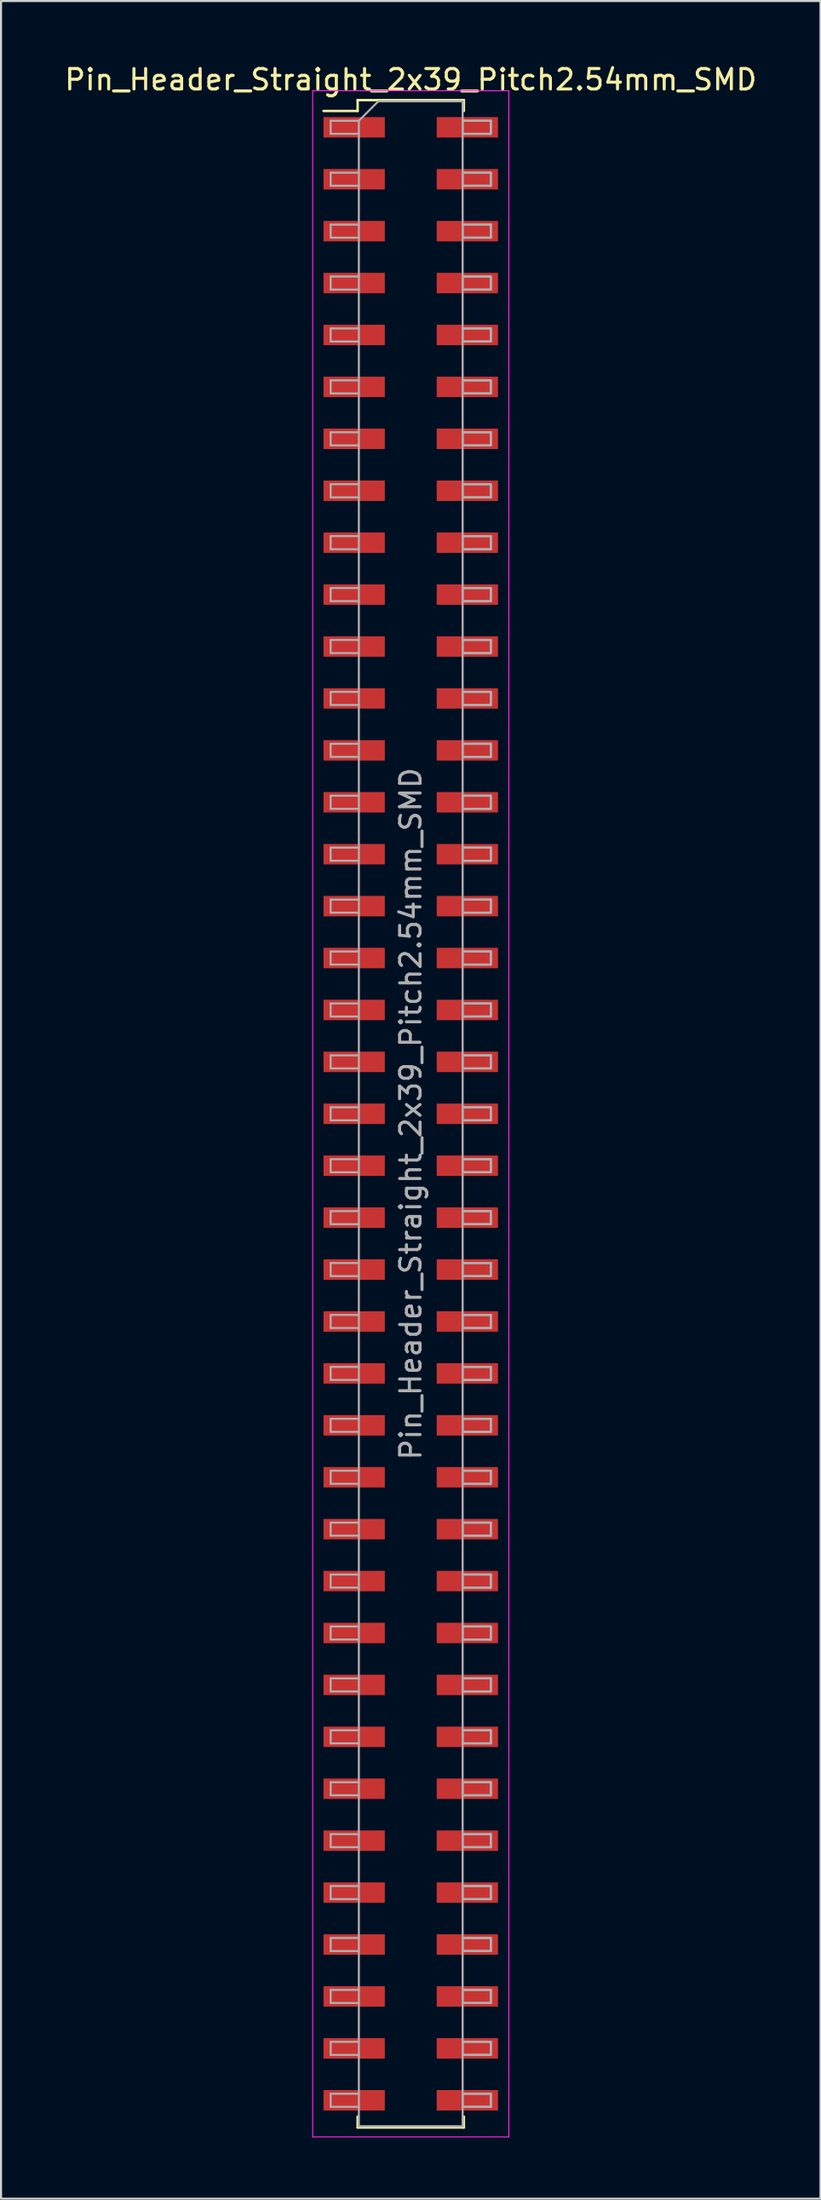
<source format=kicad_pcb>
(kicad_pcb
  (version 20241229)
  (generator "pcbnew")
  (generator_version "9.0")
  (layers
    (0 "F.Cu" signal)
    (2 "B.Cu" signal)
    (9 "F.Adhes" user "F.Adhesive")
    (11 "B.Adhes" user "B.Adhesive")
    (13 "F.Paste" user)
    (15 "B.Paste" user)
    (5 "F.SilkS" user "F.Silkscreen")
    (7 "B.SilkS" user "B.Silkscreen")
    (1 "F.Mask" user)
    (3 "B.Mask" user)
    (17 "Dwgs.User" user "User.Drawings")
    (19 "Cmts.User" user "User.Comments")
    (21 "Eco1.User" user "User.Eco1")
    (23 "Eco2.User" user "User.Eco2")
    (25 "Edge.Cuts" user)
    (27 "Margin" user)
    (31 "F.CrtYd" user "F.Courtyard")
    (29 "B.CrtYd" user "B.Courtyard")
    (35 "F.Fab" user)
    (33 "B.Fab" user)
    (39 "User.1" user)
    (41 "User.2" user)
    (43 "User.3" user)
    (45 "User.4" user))
  (footprint "Pin_Header_Straight_2x39_Pitch2.54mm_SMD"
    (layer "F.Cu")
    (at 17.054 51.438)
    (property "Reference" "Pin_Header_Straight_2x39_Pitch2.54mm_SMD" (at 0 -50.59 0) (layer "F.SilkS") (effects (font (size 1 1) (thickness 0.15))))
    (attr smd)
    (fp_line (start -4.27 -49.06) (end -2.6 -49.06) (stroke (width 0.12) (type solid)) (layer "F.SilkS"))
    (fp_line (start -2.6 -49.59) (end 2.6 -49.59) (stroke (width 0.12) (type solid)) (layer "F.SilkS"))
    (fp_line (start -2.6 -49.06) (end -2.6 -49.59) (stroke (width 0.12) (type solid)) (layer "F.SilkS"))
    (fp_line (start -2.6 49.06) (end -2.6 49.59) (stroke (width 0.12) (type solid)) (layer "F.SilkS"))
    (fp_line (start -2.6 49.59) (end 2.6 49.59) (stroke (width 0.12) (type solid)) (layer "F.SilkS"))
    (fp_line (start 2.6 -49.59) (end 2.6 -49.06) (stroke (width 0.12) (type solid)) (layer "F.SilkS"))
    (fp_line (start 2.6 49.59) (end 2.6 49.06) (stroke (width 0.12) (type solid)) (layer "F.SilkS"))
    (fp_line (start -4.8 -50.05) (end -4.8 50.05) (stroke (width 0.05) (type solid)) (layer "F.CrtYd"))
    (fp_line (start -4.8 50.05) (end 4.8 50.05) (stroke (width 0.05) (type solid)) (layer "F.CrtYd"))
    (fp_line (start 4.8 -50.05) (end -4.8 -50.05) (stroke (width 0.05) (type solid)) (layer "F.CrtYd"))
    (fp_line (start 4.8 50.05) (end 4.8 -50.05) (stroke (width 0.05) (type solid)) (layer "F.CrtYd"))
    (fp_line (start -3.92 -48.58) (end -3.92 -47.94) (stroke (width 0.1) (type solid)) (layer "F.Fab"))
    (fp_line (start -3.92 -47.94) (end -2.54 -47.94) (stroke (width 0.1) (type solid)) (layer "F.Fab"))
    (fp_line (start -3.92 -46.04) (end -3.92 -45.4) (stroke (width 0.1) (type solid)) (layer "F.Fab"))
    (fp_line (start -3.92 -45.4) (end -2.54 -45.4) (stroke (width 0.1) (type solid)) (layer "F.Fab"))
    (fp_line (start -3.92 -43.5) (end -3.92 -42.86) (stroke (width 0.1) (type solid)) (layer "F.Fab"))
    (fp_line (start -3.92 -42.86) (end -2.54 -42.86) (stroke (width 0.1) (type solid)) (layer "F.Fab"))
    (fp_line (start -3.92 -40.96) (end -3.92 -40.32) (stroke (width 0.1) (type solid)) (layer "F.Fab"))
    (fp_line (start -3.92 -40.32) (end -2.54 -40.32) (stroke (width 0.1) (type solid)) (layer "F.Fab"))
    (fp_line (start -3.92 -38.42) (end -3.92 -37.78) (stroke (width 0.1) (type solid)) (layer "F.Fab"))
    (fp_line (start -3.92 -37.78) (end -2.54 -37.78) (stroke (width 0.1) (type solid)) (layer "F.Fab"))
    (fp_line (start -3.92 -35.88) (end -3.92 -35.24) (stroke (width 0.1) (type solid)) (layer "F.Fab"))
    (fp_line (start -3.92 -35.24) (end -2.54 -35.24) (stroke (width 0.1) (type solid)) (layer "F.Fab"))
    (fp_line (start -3.92 -33.34) (end -3.92 -32.7) (stroke (width 0.1) (type solid)) (layer "F.Fab"))
    (fp_line (start -3.92 -32.7) (end -2.54 -32.7) (stroke (width 0.1) (type solid)) (layer "F.Fab"))
    (fp_line (start -3.92 -30.8) (end -3.92 -30.16) (stroke (width 0.1) (type solid)) (layer "F.Fab"))
    (fp_line (start -3.92 -30.16) (end -2.54 -30.16) (stroke (width 0.1) (type solid)) (layer "F.Fab"))
    (fp_line (start -3.92 -28.26) (end -3.92 -27.62) (stroke (width 0.1) (type solid)) (layer "F.Fab"))
    (fp_line (start -3.92 -27.62) (end -2.54 -27.62) (stroke (width 0.1) (type solid)) (layer "F.Fab"))
    (fp_line (start -3.92 -25.72) (end -3.92 -25.08) (stroke (width 0.1) (type solid)) (layer "F.Fab"))
    (fp_line (start -3.92 -25.08) (end -2.54 -25.08) (stroke (width 0.1) (type solid)) (layer "F.Fab"))
    (fp_line (start -3.92 -23.18) (end -3.92 -22.54) (stroke (width 0.1) (type solid)) (layer "F.Fab"))
    (fp_line (start -3.92 -22.54) (end -2.54 -22.54) (stroke (width 0.1) (type solid)) (layer "F.Fab"))
    (fp_line (start -3.92 -20.64) (end -3.92 -20) (stroke (width 0.1) (type solid)) (layer "F.Fab"))
    (fp_line (start -3.92 -20) (end -2.54 -20) (stroke (width 0.1) (type solid)) (layer "F.Fab"))
    (fp_line (start -3.92 -18.1) (end -3.92 -17.46) (stroke (width 0.1) (type solid)) (layer "F.Fab"))
    (fp_line (start -3.92 -17.46) (end -2.54 -17.46) (stroke (width 0.1) (type solid)) (layer "F.Fab"))
    (fp_line (start -3.92 -15.56) (end -3.92 -14.92) (stroke (width 0.1) (type solid)) (layer "F.Fab"))
    (fp_line (start -3.92 -14.92) (end -2.54 -14.92) (stroke (width 0.1) (type solid)) (layer "F.Fab"))
    (fp_line (start -3.92 -13.02) (end -3.92 -12.38) (stroke (width 0.1) (type solid)) (layer "F.Fab"))
    (fp_line (start -3.92 -12.38) (end -2.54 -12.38) (stroke (width 0.1) (type solid)) (layer "F.Fab"))
    (fp_line (start -3.92 -10.48) (end -3.92 -9.84) (stroke (width 0.1) (type solid)) (layer "F.Fab"))
    (fp_line (start -3.92 -9.84) (end -2.54 -9.84) (stroke (width 0.1) (type solid)) (layer "F.Fab"))
    (fp_line (start -3.92 -7.94) (end -3.92 -7.3) (stroke (width 0.1) (type solid)) (layer "F.Fab"))
    (fp_line (start -3.92 -7.3) (end -2.54 -7.3) (stroke (width 0.1) (type solid)) (layer "F.Fab"))
    (fp_line (start -3.92 -5.4) (end -3.92 -4.76) (stroke (width 0.1) (type solid)) (layer "F.Fab"))
    (fp_line (start -3.92 -4.76) (end -2.54 -4.76) (stroke (width 0.1) (type solid)) (layer "F.Fab"))
    (fp_line (start -3.92 -2.86) (end -3.92 -2.22) (stroke (width 0.1) (type solid)) (layer "F.Fab"))
    (fp_line (start -3.92 -2.22) (end -2.54 -2.22) (stroke (width 0.1) (type solid)) (layer "F.Fab"))
    (fp_line (start -3.92 -0.32) (end -3.92 0.32) (stroke (width 0.1) (type solid)) (layer "F.Fab"))
    (fp_line (start -3.92 0.32) (end -2.54 0.32) (stroke (width 0.1) (type solid)) (layer "F.Fab"))
    (fp_line (start -3.92 2.22) (end -3.92 2.86) (stroke (width 0.1) (type solid)) (layer "F.Fab"))
    (fp_line (start -3.92 2.86) (end -2.54 2.86) (stroke (width 0.1) (type solid)) (layer "F.Fab"))
    (fp_line (start -3.92 4.76) (end -3.92 5.4) (stroke (width 0.1) (type solid)) (layer "F.Fab"))
    (fp_line (start -3.92 5.4) (end -2.54 5.4) (stroke (width 0.1) (type solid)) (layer "F.Fab"))
    (fp_line (start -3.92 7.3) (end -3.92 7.94) (stroke (width 0.1) (type solid)) (layer "F.Fab"))
    (fp_line (start -3.92 7.94) (end -2.54 7.94) (stroke (width 0.1) (type solid)) (layer "F.Fab"))
    (fp_line (start -3.92 9.84) (end -3.92 10.48) (stroke (width 0.1) (type solid)) (layer "F.Fab"))
    (fp_line (start -3.92 10.48) (end -2.54 10.48) (stroke (width 0.1) (type solid)) (layer "F.Fab"))
    (fp_line (start -3.92 12.38) (end -3.92 13.02) (stroke (width 0.1) (type solid)) (layer "F.Fab"))
    (fp_line (start -3.92 13.02) (end -2.54 13.02) (stroke (width 0.1) (type solid)) (layer "F.Fab"))
    (fp_line (start -3.92 14.92) (end -3.92 15.56) (stroke (width 0.1) (type solid)) (layer "F.Fab"))
    (fp_line (start -3.92 15.56) (end -2.54 15.56) (stroke (width 0.1) (type solid)) (layer "F.Fab"))
    (fp_line (start -3.92 17.46) (end -3.92 18.1) (stroke (width 0.1) (type solid)) (layer "F.Fab"))
    (fp_line (start -3.92 18.1) (end -2.54 18.1) (stroke (width 0.1) (type solid)) (layer "F.Fab"))
    (fp_line (start -3.92 20) (end -3.92 20.64) (stroke (width 0.1) (type solid)) (layer "F.Fab"))
    (fp_line (start -3.92 20.64) (end -2.54 20.64) (stroke (width 0.1) (type solid)) (layer "F.Fab"))
    (fp_line (start -3.92 22.54) (end -3.92 23.18) (stroke (width 0.1) (type solid)) (layer "F.Fab"))
    (fp_line (start -3.92 23.18) (end -2.54 23.18) (stroke (width 0.1) (type solid)) (layer "F.Fab"))
    (fp_line (start -3.92 25.08) (end -3.92 25.72) (stroke (width 0.1) (type solid)) (layer "F.Fab"))
    (fp_line (start -3.92 25.72) (end -2.54 25.72) (stroke (width 0.1) (type solid)) (layer "F.Fab"))
    (fp_line (start -3.92 27.62) (end -3.92 28.26) (stroke (width 0.1) (type solid)) (layer "F.Fab"))
    (fp_line (start -3.92 28.26) (end -2.54 28.26) (stroke (width 0.1) (type solid)) (layer "F.Fab"))
    (fp_line (start -3.92 30.16) (end -3.92 30.8) (stroke (width 0.1) (type solid)) (layer "F.Fab"))
    (fp_line (start -3.92 30.8) (end -2.54 30.8) (stroke (width 0.1) (type solid)) (layer "F.Fab"))
    (fp_line (start -3.92 32.7) (end -3.92 33.34) (stroke (width 0.1) (type solid)) (layer "F.Fab"))
    (fp_line (start -3.92 33.34) (end -2.54 33.34) (stroke (width 0.1) (type solid)) (layer "F.Fab"))
    (fp_line (start -3.92 35.24) (end -3.92 35.88) (stroke (width 0.1) (type solid)) (layer "F.Fab"))
    (fp_line (start -3.92 35.88) (end -2.54 35.88) (stroke (width 0.1) (type solid)) (layer "F.Fab"))
    (fp_line (start -3.92 37.78) (end -3.92 38.42) (stroke (width 0.1) (type solid)) (layer "F.Fab"))
    (fp_line (start -3.92 38.42) (end -2.54 38.42) (stroke (width 0.1) (type solid)) (layer "F.Fab"))
    (fp_line (start -3.92 40.32) (end -3.92 40.96) (stroke (width 0.1) (type solid)) (layer "F.Fab"))
    (fp_line (start -3.92 40.96) (end -2.54 40.96) (stroke (width 0.1) (type solid)) (layer "F.Fab"))
    (fp_line (start -3.92 42.86) (end -3.92 43.5) (stroke (width 0.1) (type solid)) (layer "F.Fab"))
    (fp_line (start -3.92 43.5) (end -2.54 43.5) (stroke (width 0.1) (type solid)) (layer "F.Fab"))
    (fp_line (start -3.92 45.4) (end -3.92 46.04) (stroke (width 0.1) (type solid)) (layer "F.Fab"))
    (fp_line (start -3.92 46.04) (end -2.54 46.04) (stroke (width 0.1) (type solid)) (layer "F.Fab"))
    (fp_line (start -3.92 47.94) (end -3.92 48.58) (stroke (width 0.1) (type solid)) (layer "F.Fab"))
    (fp_line (start -3.92 48.58) (end -2.54 48.58) (stroke (width 0.1) (type solid)) (layer "F.Fab"))
    (fp_line (start -2.54 -48.58) (end -3.92 -48.58) (stroke (width 0.1) (type solid)) (layer "F.Fab"))
    (fp_line (start -2.54 -48.58) (end -1.59 -49.53) (stroke (width 0.1) (type solid)) (layer "F.Fab"))
    (fp_line (start -2.54 -46.04) (end -3.92 -46.04) (stroke (width 0.1) (type solid)) (layer "F.Fab"))
    (fp_line (start -2.54 -43.5) (end -3.92 -43.5) (stroke (width 0.1) (type solid)) (layer "F.Fab"))
    (fp_line (start -2.54 -40.96) (end -3.92 -40.96) (stroke (width 0.1) (type solid)) (layer "F.Fab"))
    (fp_line (start -2.54 -38.42) (end -3.92 -38.42) (stroke (width 0.1) (type solid)) (layer "F.Fab"))
    (fp_line (start -2.54 -35.88) (end -3.92 -35.88) (stroke (width 0.1) (type solid)) (layer "F.Fab"))
    (fp_line (start -2.54 -33.34) (end -3.92 -33.34) (stroke (width 0.1) (type solid)) (layer "F.Fab"))
    (fp_line (start -2.54 -30.8) (end -3.92 -30.8) (stroke (width 0.1) (type solid)) (layer "F.Fab"))
    (fp_line (start -2.54 -28.26) (end -3.92 -28.26) (stroke (width 0.1) (type solid)) (layer "F.Fab"))
    (fp_line (start -2.54 -25.72) (end -3.92 -25.72) (stroke (width 0.1) (type solid)) (layer "F.Fab"))
    (fp_line (start -2.54 -23.18) (end -3.92 -23.18) (stroke (width 0.1) (type solid)) (layer "F.Fab"))
    (fp_line (start -2.54 -20.64) (end -3.92 -20.64) (stroke (width 0.1) (type solid)) (layer "F.Fab"))
    (fp_line (start -2.54 -18.1) (end -3.92 -18.1) (stroke (width 0.1) (type solid)) (layer "F.Fab"))
    (fp_line (start -2.54 -15.56) (end -3.92 -15.56) (stroke (width 0.1) (type solid)) (layer "F.Fab"))
    (fp_line (start -2.54 -13.02) (end -3.92 -13.02) (stroke (width 0.1) (type solid)) (layer "F.Fab"))
    (fp_line (start -2.54 -10.48) (end -3.92 -10.48) (stroke (width 0.1) (type solid)) (layer "F.Fab"))
    (fp_line (start -2.54 -7.94) (end -3.92 -7.94) (stroke (width 0.1) (type solid)) (layer "F.Fab"))
    (fp_line (start -2.54 -5.4) (end -3.92 -5.4) (stroke (width 0.1) (type solid)) (layer "F.Fab"))
    (fp_line (start -2.54 -2.86) (end -3.92 -2.86) (stroke (width 0.1) (type solid)) (layer "F.Fab"))
    (fp_line (start -2.54 -0.32) (end -3.92 -0.32) (stroke (width 0.1) (type solid)) (layer "F.Fab"))
    (fp_line (start -2.54 2.22) (end -3.92 2.22) (stroke (width 0.1) (type solid)) (layer "F.Fab"))
    (fp_line (start -2.54 4.76) (end -3.92 4.76) (stroke (width 0.1) (type solid)) (layer "F.Fab"))
    (fp_line (start -2.54 7.3) (end -3.92 7.3) (stroke (width 0.1) (type solid)) (layer "F.Fab"))
    (fp_line (start -2.54 9.84) (end -3.92 9.84) (stroke (width 0.1) (type solid)) (layer "F.Fab"))
    (fp_line (start -2.54 12.38) (end -3.92 12.38) (stroke (width 0.1) (type solid)) (layer "F.Fab"))
    (fp_line (start -2.54 14.92) (end -3.92 14.92) (stroke (width 0.1) (type solid)) (layer "F.Fab"))
    (fp_line (start -2.54 17.46) (end -3.92 17.46) (stroke (width 0.1) (type solid)) (layer "F.Fab"))
    (fp_line (start -2.54 20) (end -3.92 20) (stroke (width 0.1) (type solid)) (layer "F.Fab"))
    (fp_line (start -2.54 22.54) (end -3.92 22.54) (stroke (width 0.1) (type solid)) (layer "F.Fab"))
    (fp_line (start -2.54 25.08) (end -3.92 25.08) (stroke (width 0.1) (type solid)) (layer "F.Fab"))
    (fp_line (start -2.54 27.62) (end -3.92 27.62) (stroke (width 0.1) (type solid)) (layer "F.Fab"))
    (fp_line (start -2.54 30.16) (end -3.92 30.16) (stroke (width 0.1) (type solid)) (layer "F.Fab"))
    (fp_line (start -2.54 32.7) (end -3.92 32.7) (stroke (width 0.1) (type solid)) (layer "F.Fab"))
    (fp_line (start -2.54 35.24) (end -3.92 35.24) (stroke (width 0.1) (type solid)) (layer "F.Fab"))
    (fp_line (start -2.54 37.78) (end -3.92 37.78) (stroke (width 0.1) (type solid)) (layer "F.Fab"))
    (fp_line (start -2.54 40.32) (end -3.92 40.32) (stroke (width 0.1) (type solid)) (layer "F.Fab"))
    (fp_line (start -2.54 42.86) (end -3.92 42.86) (stroke (width 0.1) (type solid)) (layer "F.Fab"))
    (fp_line (start -2.54 45.4) (end -3.92 45.4) (stroke (width 0.1) (type solid)) (layer "F.Fab"))
    (fp_line (start -2.54 47.94) (end -3.92 47.94) (stroke (width 0.1) (type solid)) (layer "F.Fab"))
    (fp_line (start -2.54 49.53) (end -2.54 -48.58) (stroke (width 0.1) (type solid)) (layer "F.Fab"))
    (fp_line (start -1.59 -49.53) (end 2.54 -49.53) (stroke (width 0.1) (type solid)) (layer "F.Fab"))
    (fp_line (start 2.54 -49.53) (end 2.54 49.53) (stroke (width 0.1) (type solid)) (layer "F.Fab"))
    (fp_line (start 2.54 -48.58) (end 2.54 -47.94) (stroke (width 0.1) (type solid)) (layer "F.Fab"))
    (fp_line (start 2.54 -48.58) (end 3.92 -48.58) (stroke (width 0.1) (type solid)) (layer "F.Fab"))
    (fp_line (start 2.54 -47.94) (end 3.92 -47.94) (stroke (width 0.1) (type solid)) (layer "F.Fab"))
    (fp_line (start 2.54 -46.04) (end 2.54 -45.4) (stroke (width 0.1) (type solid)) (layer "F.Fab"))
    (fp_line (start 2.54 -46.04) (end 3.92 -46.04) (stroke (width 0.1) (type solid)) (layer "F.Fab"))
    (fp_line (start 2.54 -45.4) (end 3.92 -45.4) (stroke (width 0.1) (type solid)) (layer "F.Fab"))
    (fp_line (start 2.54 -43.5) (end 2.54 -42.86) (stroke (width 0.1) (type solid)) (layer "F.Fab"))
    (fp_line (start 2.54 -43.5) (end 3.92 -43.5) (stroke (width 0.1) (type solid)) (layer "F.Fab"))
    (fp_line (start 2.54 -42.86) (end 3.92 -42.86) (stroke (width 0.1) (type solid)) (layer "F.Fab"))
    (fp_line (start 2.54 -40.96) (end 2.54 -40.32) (stroke (width 0.1) (type solid)) (layer "F.Fab"))
    (fp_line (start 2.54 -40.96) (end 3.92 -40.96) (stroke (width 0.1) (type solid)) (layer "F.Fab"))
    (fp_line (start 2.54 -40.32) (end 3.92 -40.32) (stroke (width 0.1) (type solid)) (layer "F.Fab"))
    (fp_line (start 2.54 -38.42) (end 2.54 -37.78) (stroke (width 0.1) (type solid)) (layer "F.Fab"))
    (fp_line (start 2.54 -38.42) (end 3.92 -38.42) (stroke (width 0.1) (type solid)) (layer "F.Fab"))
    (fp_line (start 2.54 -37.78) (end 3.92 -37.78) (stroke (width 0.1) (type solid)) (layer "F.Fab"))
    (fp_line (start 2.54 -35.88) (end 2.54 -35.24) (stroke (width 0.1) (type solid)) (layer "F.Fab"))
    (fp_line (start 2.54 -35.88) (end 3.92 -35.88) (stroke (width 0.1) (type solid)) (layer "F.Fab"))
    (fp_line (start 2.54 -35.24) (end 3.92 -35.24) (stroke (width 0.1) (type solid)) (layer "F.Fab"))
    (fp_line (start 2.54 -33.34) (end 2.54 -32.7) (stroke (width 0.1) (type solid)) (layer "F.Fab"))
    (fp_line (start 2.54 -33.34) (end 3.92 -33.34) (stroke (width 0.1) (type solid)) (layer "F.Fab"))
    (fp_line (start 2.54 -32.7) (end 3.92 -32.7) (stroke (width 0.1) (type solid)) (layer "F.Fab"))
    (fp_line (start 2.54 -30.8) (end 2.54 -30.16) (stroke (width 0.1) (type solid)) (layer "F.Fab"))
    (fp_line (start 2.54 -30.8) (end 3.92 -30.8) (stroke (width 0.1) (type solid)) (layer "F.Fab"))
    (fp_line (start 2.54 -30.16) (end 3.92 -30.16) (stroke (width 0.1) (type solid)) (layer "F.Fab"))
    (fp_line (start 2.54 -28.26) (end 2.54 -27.62) (stroke (width 0.1) (type solid)) (layer "F.Fab"))
    (fp_line (start 2.54 -28.26) (end 3.92 -28.26) (stroke (width 0.1) (type solid)) (layer "F.Fab"))
    (fp_line (start 2.54 -27.62) (end 3.92 -27.62) (stroke (width 0.1) (type solid)) (layer "F.Fab"))
    (fp_line (start 2.54 -25.72) (end 2.54 -25.08) (stroke (width 0.1) (type solid)) (layer "F.Fab"))
    (fp_line (start 2.54 -25.72) (end 3.92 -25.72) (stroke (width 0.1) (type solid)) (layer "F.Fab"))
    (fp_line (start 2.54 -25.08) (end 3.92 -25.08) (stroke (width 0.1) (type solid)) (layer "F.Fab"))
    (fp_line (start 2.54 -23.18) (end 2.54 -22.54) (stroke (width 0.1) (type solid)) (layer "F.Fab"))
    (fp_line (start 2.54 -23.18) (end 3.92 -23.18) (stroke (width 0.1) (type solid)) (layer "F.Fab"))
    (fp_line (start 2.54 -22.54) (end 3.92 -22.54) (stroke (width 0.1) (type solid)) (layer "F.Fab"))
    (fp_line (start 2.54 -20.64) (end 2.54 -20) (stroke (width 0.1) (type solid)) (layer "F.Fab"))
    (fp_line (start 2.54 -20.64) (end 3.92 -20.64) (stroke (width 0.1) (type solid)) (layer "F.Fab"))
    (fp_line (start 2.54 -20) (end 3.92 -20) (stroke (width 0.1) (type solid)) (layer "F.Fab"))
    (fp_line (start 2.54 -18.1) (end 2.54 -17.46) (stroke (width 0.1) (type solid)) (layer "F.Fab"))
    (fp_line (start 2.54 -18.1) (end 3.92 -18.1) (stroke (width 0.1) (type solid)) (layer "F.Fab"))
    (fp_line (start 2.54 -17.46) (end 3.92 -17.46) (stroke (width 0.1) (type solid)) (layer "F.Fab"))
    (fp_line (start 2.54 -15.56) (end 2.54 -14.92) (stroke (width 0.1) (type solid)) (layer "F.Fab"))
    (fp_line (start 2.54 -15.56) (end 3.92 -15.56) (stroke (width 0.1) (type solid)) (layer "F.Fab"))
    (fp_line (start 2.54 -14.92) (end 3.92 -14.92) (stroke (width 0.1) (type solid)) (layer "F.Fab"))
    (fp_line (start 2.54 -13.02) (end 2.54 -12.38) (stroke (width 0.1) (type solid)) (layer "F.Fab"))
    (fp_line (start 2.54 -13.02) (end 3.92 -13.02) (stroke (width 0.1) (type solid)) (layer "F.Fab"))
    (fp_line (start 2.54 -12.38) (end 3.92 -12.38) (stroke (width 0.1) (type solid)) (layer "F.Fab"))
    (fp_line (start 2.54 -10.48) (end 2.54 -9.84) (stroke (width 0.1) (type solid)) (layer "F.Fab"))
    (fp_line (start 2.54 -10.48) (end 3.92 -10.48) (stroke (width 0.1) (type solid)) (layer "F.Fab"))
    (fp_line (start 2.54 -9.84) (end 3.92 -9.84) (stroke (width 0.1) (type solid)) (layer "F.Fab"))
    (fp_line (start 2.54 -7.94) (end 2.54 -7.3) (stroke (width 0.1) (type solid)) (layer "F.Fab"))
    (fp_line (start 2.54 -7.94) (end 3.92 -7.94) (stroke (width 0.1) (type solid)) (layer "F.Fab"))
    (fp_line (start 2.54 -7.3) (end 3.92 -7.3) (stroke (width 0.1) (type solid)) (layer "F.Fab"))
    (fp_line (start 2.54 -5.4) (end 2.54 -4.76) (stroke (width 0.1) (type solid)) (layer "F.Fab"))
    (fp_line (start 2.54 -5.4) (end 3.92 -5.4) (stroke (width 0.1) (type solid)) (layer "F.Fab"))
    (fp_line (start 2.54 -4.76) (end 3.92 -4.76) (stroke (width 0.1) (type solid)) (layer "F.Fab"))
    (fp_line (start 2.54 -2.86) (end 2.54 -2.22) (stroke (width 0.1) (type solid)) (layer "F.Fab"))
    (fp_line (start 2.54 -2.86) (end 3.92 -2.86) (stroke (width 0.1) (type solid)) (layer "F.Fab"))
    (fp_line (start 2.54 -2.22) (end 3.92 -2.22) (stroke (width 0.1) (type solid)) (layer "F.Fab"))
    (fp_line (start 2.54 -0.32) (end 2.54 0.32) (stroke (width 0.1) (type solid)) (layer "F.Fab"))
    (fp_line (start 2.54 -0.32) (end 3.92 -0.32) (stroke (width 0.1) (type solid)) (layer "F.Fab"))
    (fp_line (start 2.54 0.32) (end 3.92 0.32) (stroke (width 0.1) (type solid)) (layer "F.Fab"))
    (fp_line (start 2.54 2.22) (end 2.54 2.86) (stroke (width 0.1) (type solid)) (layer "F.Fab"))
    (fp_line (start 2.54 2.22) (end 3.92 2.22) (stroke (width 0.1) (type solid)) (layer "F.Fab"))
    (fp_line (start 2.54 2.86) (end 3.92 2.86) (stroke (width 0.1) (type solid)) (layer "F.Fab"))
    (fp_line (start 2.54 4.76) (end 2.54 5.4) (stroke (width 0.1) (type solid)) (layer "F.Fab"))
    (fp_line (start 2.54 4.76) (end 3.92 4.76) (stroke (width 0.1) (type solid)) (layer "F.Fab"))
    (fp_line (start 2.54 5.4) (end 3.92 5.4) (stroke (width 0.1) (type solid)) (layer "F.Fab"))
    (fp_line (start 2.54 7.3) (end 2.54 7.94) (stroke (width 0.1) (type solid)) (layer "F.Fab"))
    (fp_line (start 2.54 7.3) (end 3.92 7.3) (stroke (width 0.1) (type solid)) (layer "F.Fab"))
    (fp_line (start 2.54 7.94) (end 3.92 7.94) (stroke (width 0.1) (type solid)) (layer "F.Fab"))
    (fp_line (start 2.54 9.84) (end 2.54 10.48) (stroke (width 0.1) (type solid)) (layer "F.Fab"))
    (fp_line (start 2.54 9.84) (end 3.92 9.84) (stroke (width 0.1) (type solid)) (layer "F.Fab"))
    (fp_line (start 2.54 10.48) (end 3.92 10.48) (stroke (width 0.1) (type solid)) (layer "F.Fab"))
    (fp_line (start 2.54 12.38) (end 2.54 13.02) (stroke (width 0.1) (type solid)) (layer "F.Fab"))
    (fp_line (start 2.54 12.38) (end 3.92 12.38) (stroke (width 0.1) (type solid)) (layer "F.Fab"))
    (fp_line (start 2.54 13.02) (end 3.92 13.02) (stroke (width 0.1) (type solid)) (layer "F.Fab"))
    (fp_line (start 2.54 14.92) (end 2.54 15.56) (stroke (width 0.1) (type solid)) (layer "F.Fab"))
    (fp_line (start 2.54 14.92) (end 3.92 14.92) (stroke (width 0.1) (type solid)) (layer "F.Fab"))
    (fp_line (start 2.54 15.56) (end 3.92 15.56) (stroke (width 0.1) (type solid)) (layer "F.Fab"))
    (fp_line (start 2.54 17.46) (end 2.54 18.1) (stroke (width 0.1) (type solid)) (layer "F.Fab"))
    (fp_line (start 2.54 17.46) (end 3.92 17.46) (stroke (width 0.1) (type solid)) (layer "F.Fab"))
    (fp_line (start 2.54 18.1) (end 3.92 18.1) (stroke (width 0.1) (type solid)) (layer "F.Fab"))
    (fp_line (start 2.54 20) (end 2.54 20.64) (stroke (width 0.1) (type solid)) (layer "F.Fab"))
    (fp_line (start 2.54 20) (end 3.92 20) (stroke (width 0.1) (type solid)) (layer "F.Fab"))
    (fp_line (start 2.54 20.64) (end 3.92 20.64) (stroke (width 0.1) (type solid)) (layer "F.Fab"))
    (fp_line (start 2.54 22.54) (end 2.54 23.18) (stroke (width 0.1) (type solid)) (layer "F.Fab"))
    (fp_line (start 2.54 22.54) (end 3.92 22.54) (stroke (width 0.1) (type solid)) (layer "F.Fab"))
    (fp_line (start 2.54 23.18) (end 3.92 23.18) (stroke (width 0.1) (type solid)) (layer "F.Fab"))
    (fp_line (start 2.54 25.08) (end 2.54 25.72) (stroke (width 0.1) (type solid)) (layer "F.Fab"))
    (fp_line (start 2.54 25.08) (end 3.92 25.08) (stroke (width 0.1) (type solid)) (layer "F.Fab"))
    (fp_line (start 2.54 25.72) (end 3.92 25.72) (stroke (width 0.1) (type solid)) (layer "F.Fab"))
    (fp_line (start 2.54 27.62) (end 2.54 28.26) (stroke (width 0.1) (type solid)) (layer "F.Fab"))
    (fp_line (start 2.54 27.62) (end 3.92 27.62) (stroke (width 0.1) (type solid)) (layer "F.Fab"))
    (fp_line (start 2.54 28.26) (end 3.92 28.26) (stroke (width 0.1) (type solid)) (layer "F.Fab"))
    (fp_line (start 2.54 30.16) (end 2.54 30.8) (stroke (width 0.1) (type solid)) (layer "F.Fab"))
    (fp_line (start 2.54 30.16) (end 3.92 30.16) (stroke (width 0.1) (type solid)) (layer "F.Fab"))
    (fp_line (start 2.54 30.8) (end 3.92 30.8) (stroke (width 0.1) (type solid)) (layer "F.Fab"))
    (fp_line (start 2.54 32.7) (end 2.54 33.34) (stroke (width 0.1) (type solid)) (layer "F.Fab"))
    (fp_line (start 2.54 32.7) (end 3.92 32.7) (stroke (width 0.1) (type solid)) (layer "F.Fab"))
    (fp_line (start 2.54 33.34) (end 3.92 33.34) (stroke (width 0.1) (type solid)) (layer "F.Fab"))
    (fp_line (start 2.54 35.24) (end 2.54 35.88) (stroke (width 0.1) (type solid)) (layer "F.Fab"))
    (fp_line (start 2.54 35.24) (end 3.92 35.24) (stroke (width 0.1) (type solid)) (layer "F.Fab"))
    (fp_line (start 2.54 35.88) (end 3.92 35.88) (stroke (width 0.1) (type solid)) (layer "F.Fab"))
    (fp_line (start 2.54 37.78) (end 2.54 38.42) (stroke (width 0.1) (type solid)) (layer "F.Fab"))
    (fp_line (start 2.54 37.78) (end 3.92 37.78) (stroke (width 0.1) (type solid)) (layer "F.Fab"))
    (fp_line (start 2.54 38.42) (end 3.92 38.42) (stroke (width 0.1) (type solid)) (layer "F.Fab"))
    (fp_line (start 2.54 40.32) (end 2.54 40.96) (stroke (width 0.1) (type solid)) (layer "F.Fab"))
    (fp_line (start 2.54 40.32) (end 3.92 40.32) (stroke (width 0.1) (type solid)) (layer "F.Fab"))
    (fp_line (start 2.54 40.96) (end 3.92 40.96) (stroke (width 0.1) (type solid)) (layer "F.Fab"))
    (fp_line (start 2.54 42.86) (end 2.54 43.5) (stroke (width 0.1) (type solid)) (layer "F.Fab"))
    (fp_line (start 2.54 42.86) (end 3.92 42.86) (stroke (width 0.1) (type solid)) (layer "F.Fab"))
    (fp_line (start 2.54 43.5) (end 3.92 43.5) (stroke (width 0.1) (type solid)) (layer "F.Fab"))
    (fp_line (start 2.54 45.4) (end 2.54 46.04) (stroke (width 0.1) (type solid)) (layer "F.Fab"))
    (fp_line (start 2.54 45.4) (end 3.92 45.4) (stroke (width 0.1) (type solid)) (layer "F.Fab"))
    (fp_line (start 2.54 46.04) (end 3.92 46.04) (stroke (width 0.1) (type solid)) (layer "F.Fab"))
    (fp_line (start 2.54 47.94) (end 2.54 48.58) (stroke (width 0.1) (type solid)) (layer "F.Fab"))
    (fp_line (start 2.54 47.94) (end 3.92 47.94) (stroke (width 0.1) (type solid)) (layer "F.Fab"))
    (fp_line (start 2.54 48.58) (end 3.92 48.58) (stroke (width 0.1) (type solid)) (layer "F.Fab"))
    (fp_line (start 2.54 49.53) (end -2.54 49.53) (stroke (width 0.1) (type solid)) (layer "F.Fab"))
    (fp_line (start 3.92 -48.58) (end 2.54 -48.58) (stroke (width 0.1) (type solid)) (layer "F.Fab"))
    (fp_line (start 3.92 -48.58) (end 3.92 -47.94) (stroke (width 0.1) (type solid)) (layer "F.Fab"))
    (fp_line (start 3.92 -47.94) (end 2.54 -47.94) (stroke (width 0.1) (type solid)) (layer "F.Fab"))
    (fp_line (start 3.92 -47.94) (end 3.92 -48.58) (stroke (width 0.1) (type solid)) (layer "F.Fab"))
    (fp_line (start 3.92 -46.04) (end 2.54 -46.04) (stroke (width 0.1) (type solid)) (layer "F.Fab"))
    (fp_line (start 3.92 -46.04) (end 3.92 -45.4) (stroke (width 0.1) (type solid)) (layer "F.Fab"))
    (fp_line (start 3.92 -45.4) (end 2.54 -45.4) (stroke (width 0.1) (type solid)) (layer "F.Fab"))
    (fp_line (start 3.92 -45.4) (end 3.92 -46.04) (stroke (width 0.1) (type solid)) (layer "F.Fab"))
    (fp_line (start 3.92 -43.5) (end 2.54 -43.5) (stroke (width 0.1) (type solid)) (layer "F.Fab"))
    (fp_line (start 3.92 -43.5) (end 3.92 -42.86) (stroke (width 0.1) (type solid)) (layer "F.Fab"))
    (fp_line (start 3.92 -42.86) (end 2.54 -42.86) (stroke (width 0.1) (type solid)) (layer "F.Fab"))
    (fp_line (start 3.92 -42.86) (end 3.92 -43.5) (stroke (width 0.1) (type solid)) (layer "F.Fab"))
    (fp_line (start 3.92 -40.96) (end 2.54 -40.96) (stroke (width 0.1) (type solid)) (layer "F.Fab"))
    (fp_line (start 3.92 -40.96) (end 3.92 -40.32) (stroke (width 0.1) (type solid)) (layer "F.Fab"))
    (fp_line (start 3.92 -40.32) (end 2.54 -40.32) (stroke (width 0.1) (type solid)) (layer "F.Fab"))
    (fp_line (start 3.92 -40.32) (end 3.92 -40.96) (stroke (width 0.1) (type solid)) (layer "F.Fab"))
    (fp_line (start 3.92 -38.42) (end 2.54 -38.42) (stroke (width 0.1) (type solid)) (layer "F.Fab"))
    (fp_line (start 3.92 -38.42) (end 3.92 -37.78) (stroke (width 0.1) (type solid)) (layer "F.Fab"))
    (fp_line (start 3.92 -37.78) (end 2.54 -37.78) (stroke (width 0.1) (type solid)) (layer "F.Fab"))
    (fp_line (start 3.92 -37.78) (end 3.92 -38.42) (stroke (width 0.1) (type solid)) (layer "F.Fab"))
    (fp_line (start 3.92 -35.88) (end 2.54 -35.88) (stroke (width 0.1) (type solid)) (layer "F.Fab"))
    (fp_line (start 3.92 -35.88) (end 3.92 -35.24) (stroke (width 0.1) (type solid)) (layer "F.Fab"))
    (fp_line (start 3.92 -35.24) (end 2.54 -35.24) (stroke (width 0.1) (type solid)) (layer "F.Fab"))
    (fp_line (start 3.92 -35.24) (end 3.92 -35.88) (stroke (width 0.1) (type solid)) (layer "F.Fab"))
    (fp_line (start 3.92 -33.34) (end 2.54 -33.34) (stroke (width 0.1) (type solid)) (layer "F.Fab"))
    (fp_line (start 3.92 -33.34) (end 3.92 -32.7) (stroke (width 0.1) (type solid)) (layer "F.Fab"))
    (fp_line (start 3.92 -32.7) (end 2.54 -32.7) (stroke (width 0.1) (type solid)) (layer "F.Fab"))
    (fp_line (start 3.92 -32.7) (end 3.92 -33.34) (stroke (width 0.1) (type solid)) (layer "F.Fab"))
    (fp_line (start 3.92 -30.8) (end 2.54 -30.8) (stroke (width 0.1) (type solid)) (layer "F.Fab"))
    (fp_line (start 3.92 -30.8) (end 3.92 -30.16) (stroke (width 0.1) (type solid)) (layer "F.Fab"))
    (fp_line (start 3.92 -30.16) (end 2.54 -30.16) (stroke (width 0.1) (type solid)) (layer "F.Fab"))
    (fp_line (start 3.92 -30.16) (end 3.92 -30.8) (stroke (width 0.1) (type solid)) (layer "F.Fab"))
    (fp_line (start 3.92 -28.26) (end 2.54 -28.26) (stroke (width 0.1) (type solid)) (layer "F.Fab"))
    (fp_line (start 3.92 -28.26) (end 3.92 -27.62) (stroke (width 0.1) (type solid)) (layer "F.Fab"))
    (fp_line (start 3.92 -27.62) (end 2.54 -27.62) (stroke (width 0.1) (type solid)) (layer "F.Fab"))
    (fp_line (start 3.92 -27.62) (end 3.92 -28.26) (stroke (width 0.1) (type solid)) (layer "F.Fab"))
    (fp_line (start 3.92 -25.72) (end 2.54 -25.72) (stroke (width 0.1) (type solid)) (layer "F.Fab"))
    (fp_line (start 3.92 -25.72) (end 3.92 -25.08) (stroke (width 0.1) (type solid)) (layer "F.Fab"))
    (fp_line (start 3.92 -25.08) (end 2.54 -25.08) (stroke (width 0.1) (type solid)) (layer "F.Fab"))
    (fp_line (start 3.92 -25.08) (end 3.92 -25.72) (stroke (width 0.1) (type solid)) (layer "F.Fab"))
    (fp_line (start 3.92 -23.18) (end 2.54 -23.18) (stroke (width 0.1) (type solid)) (layer "F.Fab"))
    (fp_line (start 3.92 -23.18) (end 3.92 -22.54) (stroke (width 0.1) (type solid)) (layer "F.Fab"))
    (fp_line (start 3.92 -22.54) (end 2.54 -22.54) (stroke (width 0.1) (type solid)) (layer "F.Fab"))
    (fp_line (start 3.92 -22.54) (end 3.92 -23.18) (stroke (width 0.1) (type solid)) (layer "F.Fab"))
    (fp_line (start 3.92 -20.64) (end 2.54 -20.64) (stroke (width 0.1) (type solid)) (layer "F.Fab"))
    (fp_line (start 3.92 -20.64) (end 3.92 -20) (stroke (width 0.1) (type solid)) (layer "F.Fab"))
    (fp_line (start 3.92 -20) (end 2.54 -20) (stroke (width 0.1) (type solid)) (layer "F.Fab"))
    (fp_line (start 3.92 -20) (end 3.92 -20.64) (stroke (width 0.1) (type solid)) (layer "F.Fab"))
    (fp_line (start 3.92 -18.1) (end 2.54 -18.1) (stroke (width 0.1) (type solid)) (layer "F.Fab"))
    (fp_line (start 3.92 -18.1) (end 3.92 -17.46) (stroke (width 0.1) (type solid)) (layer "F.Fab"))
    (fp_line (start 3.92 -17.46) (end 2.54 -17.46) (stroke (width 0.1) (type solid)) (layer "F.Fab"))
    (fp_line (start 3.92 -17.46) (end 3.92 -18.1) (stroke (width 0.1) (type solid)) (layer "F.Fab"))
    (fp_line (start 3.92 -15.56) (end 2.54 -15.56) (stroke (width 0.1) (type solid)) (layer "F.Fab"))
    (fp_line (start 3.92 -15.56) (end 3.92 -14.92) (stroke (width 0.1) (type solid)) (layer "F.Fab"))
    (fp_line (start 3.92 -14.92) (end 2.54 -14.92) (stroke (width 0.1) (type solid)) (layer "F.Fab"))
    (fp_line (start 3.92 -14.92) (end 3.92 -15.56) (stroke (width 0.1) (type solid)) (layer "F.Fab"))
    (fp_line (start 3.92 -13.02) (end 2.54 -13.02) (stroke (width 0.1) (type solid)) (layer "F.Fab"))
    (fp_line (start 3.92 -13.02) (end 3.92 -12.38) (stroke (width 0.1) (type solid)) (layer "F.Fab"))
    (fp_line (start 3.92 -12.38) (end 2.54 -12.38) (stroke (width 0.1) (type solid)) (layer "F.Fab"))
    (fp_line (start 3.92 -12.38) (end 3.92 -13.02) (stroke (width 0.1) (type solid)) (layer "F.Fab"))
    (fp_line (start 3.92 -10.48) (end 2.54 -10.48) (stroke (width 0.1) (type solid)) (layer "F.Fab"))
    (fp_line (start 3.92 -10.48) (end 3.92 -9.84) (stroke (width 0.1) (type solid)) (layer "F.Fab"))
    (fp_line (start 3.92 -9.84) (end 2.54 -9.84) (stroke (width 0.1) (type solid)) (layer "F.Fab"))
    (fp_line (start 3.92 -9.84) (end 3.92 -10.48) (stroke (width 0.1) (type solid)) (layer "F.Fab"))
    (fp_line (start 3.92 -7.94) (end 2.54 -7.94) (stroke (width 0.1) (type solid)) (layer "F.Fab"))
    (fp_line (start 3.92 -7.94) (end 3.92 -7.3) (stroke (width 0.1) (type solid)) (layer "F.Fab"))
    (fp_line (start 3.92 -7.3) (end 2.54 -7.3) (stroke (width 0.1) (type solid)) (layer "F.Fab"))
    (fp_line (start 3.92 -7.3) (end 3.92 -7.94) (stroke (width 0.1) (type solid)) (layer "F.Fab"))
    (fp_line (start 3.92 -5.4) (end 2.54 -5.4) (stroke (width 0.1) (type solid)) (layer "F.Fab"))
    (fp_line (start 3.92 -5.4) (end 3.92 -4.76) (stroke (width 0.1) (type solid)) (layer "F.Fab"))
    (fp_line (start 3.92 -4.76) (end 2.54 -4.76) (stroke (width 0.1) (type solid)) (layer "F.Fab"))
    (fp_line (start 3.92 -4.76) (end 3.92 -5.4) (stroke (width 0.1) (type solid)) (layer "F.Fab"))
    (fp_line (start 3.92 -2.86) (end 2.54 -2.86) (stroke (width 0.1) (type solid)) (layer "F.Fab"))
    (fp_line (start 3.92 -2.86) (end 3.92 -2.22) (stroke (width 0.1) (type solid)) (layer "F.Fab"))
    (fp_line (start 3.92 -2.22) (end 2.54 -2.22) (stroke (width 0.1) (type solid)) (layer "F.Fab"))
    (fp_line (start 3.92 -2.22) (end 3.92 -2.86) (stroke (width 0.1) (type solid)) (layer "F.Fab"))
    (fp_line (start 3.92 -0.32) (end 2.54 -0.32) (stroke (width 0.1) (type solid)) (layer "F.Fab"))
    (fp_line (start 3.92 -0.32) (end 3.92 0.32) (stroke (width 0.1) (type solid)) (layer "F.Fab"))
    (fp_line (start 3.92 0.32) (end 2.54 0.32) (stroke (width 0.1) (type solid)) (layer "F.Fab"))
    (fp_line (start 3.92 0.32) (end 3.92 -0.32) (stroke (width 0.1) (type solid)) (layer "F.Fab"))
    (fp_line (start 3.92 2.22) (end 2.54 2.22) (stroke (width 0.1) (type solid)) (layer "F.Fab"))
    (fp_line (start 3.92 2.22) (end 3.92 2.86) (stroke (width 0.1) (type solid)) (layer "F.Fab"))
    (fp_line (start 3.92 2.86) (end 2.54 2.86) (stroke (width 0.1) (type solid)) (layer "F.Fab"))
    (fp_line (start 3.92 2.86) (end 3.92 2.22) (stroke (width 0.1) (type solid)) (layer "F.Fab"))
    (fp_line (start 3.92 4.76) (end 2.54 4.76) (stroke (width 0.1) (type solid)) (layer "F.Fab"))
    (fp_line (start 3.92 4.76) (end 3.92 5.4) (stroke (width 0.1) (type solid)) (layer "F.Fab"))
    (fp_line (start 3.92 5.4) (end 2.54 5.4) (stroke (width 0.1) (type solid)) (layer "F.Fab"))
    (fp_line (start 3.92 5.4) (end 3.92 4.76) (stroke (width 0.1) (type solid)) (layer "F.Fab"))
    (fp_line (start 3.92 7.3) (end 2.54 7.3) (stroke (width 0.1) (type solid)) (layer "F.Fab"))
    (fp_line (start 3.92 7.3) (end 3.92 7.94) (stroke (width 0.1) (type solid)) (layer "F.Fab"))
    (fp_line (start 3.92 7.94) (end 2.54 7.94) (stroke (width 0.1) (type solid)) (layer "F.Fab"))
    (fp_line (start 3.92 7.94) (end 3.92 7.3) (stroke (width 0.1) (type solid)) (layer "F.Fab"))
    (fp_line (start 3.92 9.84) (end 2.54 9.84) (stroke (width 0.1) (type solid)) (layer "F.Fab"))
    (fp_line (start 3.92 9.84) (end 3.92 10.48) (stroke (width 0.1) (type solid)) (layer "F.Fab"))
    (fp_line (start 3.92 10.48) (end 2.54 10.48) (stroke (width 0.1) (type solid)) (layer "F.Fab"))
    (fp_line (start 3.92 10.48) (end 3.92 9.84) (stroke (width 0.1) (type solid)) (layer "F.Fab"))
    (fp_line (start 3.92 12.38) (end 2.54 12.38) (stroke (width 0.1) (type solid)) (layer "F.Fab"))
    (fp_line (start 3.92 12.38) (end 3.92 13.02) (stroke (width 0.1) (type solid)) (layer "F.Fab"))
    (fp_line (start 3.92 13.02) (end 2.54 13.02) (stroke (width 0.1) (type solid)) (layer "F.Fab"))
    (fp_line (start 3.92 13.02) (end 3.92 12.38) (stroke (width 0.1) (type solid)) (layer "F.Fab"))
    (fp_line (start 3.92 14.92) (end 2.54 14.92) (stroke (width 0.1) (type solid)) (layer "F.Fab"))
    (fp_line (start 3.92 14.92) (end 3.92 15.56) (stroke (width 0.1) (type solid)) (layer "F.Fab"))
    (fp_line (start 3.92 15.56) (end 2.54 15.56) (stroke (width 0.1) (type solid)) (layer "F.Fab"))
    (fp_line (start 3.92 15.56) (end 3.92 14.92) (stroke (width 0.1) (type solid)) (layer "F.Fab"))
    (fp_line (start 3.92 17.46) (end 2.54 17.46) (stroke (width 0.1) (type solid)) (layer "F.Fab"))
    (fp_line (start 3.92 17.46) (end 3.92 18.1) (stroke (width 0.1) (type solid)) (layer "F.Fab"))
    (fp_line (start 3.92 18.1) (end 2.54 18.1) (stroke (width 0.1) (type solid)) (layer "F.Fab"))
    (fp_line (start 3.92 18.1) (end 3.92 17.46) (stroke (width 0.1) (type solid)) (layer "F.Fab"))
    (fp_line (start 3.92 20) (end 2.54 20) (stroke (width 0.1) (type solid)) (layer "F.Fab"))
    (fp_line (start 3.92 20) (end 3.92 20.64) (stroke (width 0.1) (type solid)) (layer "F.Fab"))
    (fp_line (start 3.92 20.64) (end 2.54 20.64) (stroke (width 0.1) (type solid)) (layer "F.Fab"))
    (fp_line (start 3.92 20.64) (end 3.92 20) (stroke (width 0.1) (type solid)) (layer "F.Fab"))
    (fp_line (start 3.92 22.54) (end 2.54 22.54) (stroke (width 0.1) (type solid)) (layer "F.Fab"))
    (fp_line (start 3.92 22.54) (end 3.92 23.18) (stroke (width 0.1) (type solid)) (layer "F.Fab"))
    (fp_line (start 3.92 23.18) (end 2.54 23.18) (stroke (width 0.1) (type solid)) (layer "F.Fab"))
    (fp_line (start 3.92 23.18) (end 3.92 22.54) (stroke (width 0.1) (type solid)) (layer "F.Fab"))
    (fp_line (start 3.92 25.08) (end 2.54 25.08) (stroke (width 0.1) (type solid)) (layer "F.Fab"))
    (fp_line (start 3.92 25.08) (end 3.92 25.72) (stroke (width 0.1) (type solid)) (layer "F.Fab"))
    (fp_line (start 3.92 25.72) (end 2.54 25.72) (stroke (width 0.1) (type solid)) (layer "F.Fab"))
    (fp_line (start 3.92 25.72) (end 3.92 25.08) (stroke (width 0.1) (type solid)) (layer "F.Fab"))
    (fp_line (start 3.92 27.62) (end 2.54 27.62) (stroke (width 0.1) (type solid)) (layer "F.Fab"))
    (fp_line (start 3.92 27.62) (end 3.92 28.26) (stroke (width 0.1) (type solid)) (layer "F.Fab"))
    (fp_line (start 3.92 28.26) (end 2.54 28.26) (stroke (width 0.1) (type solid)) (layer "F.Fab"))
    (fp_line (start 3.92 28.26) (end 3.92 27.62) (stroke (width 0.1) (type solid)) (layer "F.Fab"))
    (fp_line (start 3.92 30.16) (end 2.54 30.16) (stroke (width 0.1) (type solid)) (layer "F.Fab"))
    (fp_line (start 3.92 30.16) (end 3.92 30.8) (stroke (width 0.1) (type solid)) (layer "F.Fab"))
    (fp_line (start 3.92 30.8) (end 2.54 30.8) (stroke (width 0.1) (type solid)) (layer "F.Fab"))
    (fp_line (start 3.92 30.8) (end 3.92 30.16) (stroke (width 0.1) (type solid)) (layer "F.Fab"))
    (fp_line (start 3.92 32.7) (end 2.54 32.7) (stroke (width 0.1) (type solid)) (layer "F.Fab"))
    (fp_line (start 3.92 32.7) (end 3.92 33.34) (stroke (width 0.1) (type solid)) (layer "F.Fab"))
    (fp_line (start 3.92 33.34) (end 2.54 33.34) (stroke (width 0.1) (type solid)) (layer "F.Fab"))
    (fp_line (start 3.92 33.34) (end 3.92 32.7) (stroke (width 0.1) (type solid)) (layer "F.Fab"))
    (fp_line (start 3.92 35.24) (end 2.54 35.24) (stroke (width 0.1) (type solid)) (layer "F.Fab"))
    (fp_line (start 3.92 35.24) (end 3.92 35.88) (stroke (width 0.1) (type solid)) (layer "F.Fab"))
    (fp_line (start 3.92 35.88) (end 2.54 35.88) (stroke (width 0.1) (type solid)) (layer "F.Fab"))
    (fp_line (start 3.92 35.88) (end 3.92 35.24) (stroke (width 0.1) (type solid)) (layer "F.Fab"))
    (fp_line (start 3.92 37.78) (end 2.54 37.78) (stroke (width 0.1) (type solid)) (layer "F.Fab"))
    (fp_line (start 3.92 37.78) (end 3.92 38.42) (stroke (width 0.1) (type solid)) (layer "F.Fab"))
    (fp_line (start 3.92 38.42) (end 2.54 38.42) (stroke (width 0.1) (type solid)) (layer "F.Fab"))
    (fp_line (start 3.92 38.42) (end 3.92 37.78) (stroke (width 0.1) (type solid)) (layer "F.Fab"))
    (fp_line (start 3.92 40.32) (end 2.54 40.32) (stroke (width 0.1) (type solid)) (layer "F.Fab"))
    (fp_line (start 3.92 40.32) (end 3.92 40.96) (stroke (width 0.1) (type solid)) (layer "F.Fab"))
    (fp_line (start 3.92 40.96) (end 2.54 40.96) (stroke (width 0.1) (type solid)) (layer "F.Fab"))
    (fp_line (start 3.92 40.96) (end 3.92 40.32) (stroke (width 0.1) (type solid)) (layer "F.Fab"))
    (fp_line (start 3.92 42.86) (end 2.54 42.86) (stroke (width 0.1) (type solid)) (layer "F.Fab"))
    (fp_line (start 3.92 42.86) (end 3.92 43.5) (stroke (width 0.1) (type solid)) (layer "F.Fab"))
    (fp_line (start 3.92 43.5) (end 2.54 43.5) (stroke (width 0.1) (type solid)) (layer "F.Fab"))
    (fp_line (start 3.92 43.5) (end 3.92 42.86) (stroke (width 0.1) (type solid)) (layer "F.Fab"))
    (fp_line (start 3.92 45.4) (end 2.54 45.4) (stroke (width 0.1) (type solid)) (layer "F.Fab"))
    (fp_line (start 3.92 45.4) (end 3.92 46.04) (stroke (width 0.1) (type solid)) (layer "F.Fab"))
    (fp_line (start 3.92 46.04) (end 2.54 46.04) (stroke (width 0.1) (type solid)) (layer "F.Fab"))
    (fp_line (start 3.92 46.04) (end 3.92 45.4) (stroke (width 0.1) (type solid)) (layer "F.Fab"))
    (fp_line (start 3.92 47.94) (end 2.54 47.94) (stroke (width 0.1) (type solid)) (layer "F.Fab"))
    (fp_line (start 3.92 47.94) (end 3.92 48.58) (stroke (width 0.1) (type solid)) (layer "F.Fab"))
    (fp_line (start 3.92 48.58) (end 2.54 48.58) (stroke (width 0.1) (type solid)) (layer "F.Fab"))
    (fp_line (start 3.92 48.58) (end 3.92 47.94) (stroke (width 0.1) (type solid)) (layer "F.Fab"))
    (fp_text user "${REFERENCE}" (at 0 0 90) (layer "F.Fab") (effects (font (size 1 1) (thickness 0.15))))
    (pad "1" smd rect (at -2.77 -48.26) (size 3 1) (layers "F.Cu" "F.Mask"))
    (pad "2" smd rect (at 2.77 -48.26) (size 3 1) (layers "F.Cu" "F.Mask"))
    (pad "3" smd rect (at -2.77 -45.72) (size 3 1) (layers "F.Cu" "F.Mask"))
    (pad "4" smd rect (at 2.77 -45.72) (size 3 1) (layers "F.Cu" "F.Mask"))
    (pad "5" smd rect (at -2.77 -43.18) (size 3 1) (layers "F.Cu" "F.Mask"))
    (pad "6" smd rect (at 2.77 -43.18) (size 3 1) (layers "F.Cu" "F.Mask"))
    (pad "7" smd rect (at -2.77 -40.64) (size 3 1) (layers "F.Cu" "F.Mask"))
    (pad "8" smd rect (at 2.77 -40.64) (size 3 1) (layers "F.Cu" "F.Mask"))
    (pad "9" smd rect (at -2.77 -38.1) (size 3 1) (layers "F.Cu" "F.Mask"))
    (pad "10" smd rect (at 2.77 -38.1) (size 3 1) (layers "F.Cu" "F.Mask"))
    (pad "11" smd rect (at -2.77 -35.56) (size 3 1) (layers "F.Cu" "F.Mask"))
    (pad "12" smd rect (at 2.77 -35.56) (size 3 1) (layers "F.Cu" "F.Mask"))
    (pad "13" smd rect (at -2.77 -33.02) (size 3 1) (layers "F.Cu" "F.Mask"))
    (pad "14" smd rect (at 2.77 -33.02) (size 3 1) (layers "F.Cu" "F.Mask"))
    (pad "15" smd rect (at -2.77 -30.48) (size 3 1) (layers "F.Cu" "F.Mask"))
    (pad "16" smd rect (at 2.77 -30.48) (size 3 1) (layers "F.Cu" "F.Mask"))
    (pad "17" smd rect (at -2.77 -27.94) (size 3 1) (layers "F.Cu" "F.Mask"))
    (pad "18" smd rect (at 2.77 -27.94) (size 3 1) (layers "F.Cu" "F.Mask"))
    (pad "19" smd rect (at -2.77 -25.4) (size 3 1) (layers "F.Cu" "F.Mask"))
    (pad "20" smd rect (at 2.77 -25.4) (size 3 1) (layers "F.Cu" "F.Mask"))
    (pad "21" smd rect (at -2.77 -22.86) (size 3 1) (layers "F.Cu" "F.Mask"))
    (pad "22" smd rect (at 2.77 -22.86) (size 3 1) (layers "F.Cu" "F.Mask"))
    (pad "23" smd rect (at -2.77 -20.32) (size 3 1) (layers "F.Cu" "F.Mask"))
    (pad "24" smd rect (at 2.77 -20.32) (size 3 1) (layers "F.Cu" "F.Mask"))
    (pad "25" smd rect (at -2.77 -17.78) (size 3 1) (layers "F.Cu" "F.Mask"))
    (pad "26" smd rect (at 2.77 -17.78) (size 3 1) (layers "F.Cu" "F.Mask"))
    (pad "27" smd rect (at -2.77 -15.24) (size 3 1) (layers "F.Cu" "F.Mask"))
    (pad "28" smd rect (at 2.77 -15.24) (size 3 1) (layers "F.Cu" "F.Mask"))
    (pad "29" smd rect (at -2.77 -12.7) (size 3 1) (layers "F.Cu" "F.Mask"))
    (pad "30" smd rect (at 2.77 -12.7) (size 3 1) (layers "F.Cu" "F.Mask"))
    (pad "31" smd rect (at -2.77 -10.16) (size 3 1) (layers "F.Cu" "F.Mask"))
    (pad "32" smd rect (at 2.77 -10.16) (size 3 1) (layers "F.Cu" "F.Mask"))
    (pad "33" smd rect (at -2.77 -7.62) (size 3 1) (layers "F.Cu" "F.Mask"))
    (pad "34" smd rect (at 2.77 -7.62) (size 3 1) (layers "F.Cu" "F.Mask"))
    (pad "35" smd rect (at -2.77 -5.08) (size 3 1) (layers "F.Cu" "F.Mask"))
    (pad "36" smd rect (at 2.77 -5.08) (size 3 1) (layers "F.Cu" "F.Mask"))
    (pad "37" smd rect (at -2.77 -2.54) (size 3 1) (layers "F.Cu" "F.Mask"))
    (pad "38" smd rect (at 2.77 -2.54) (size 3 1) (layers "F.Cu" "F.Mask"))
    (pad "39" smd rect (at -2.77 0) (size 3 1) (layers "F.Cu" "F.Mask"))
    (pad "40" smd rect (at 2.77 0) (size 3 1) (layers "F.Cu" "F.Mask"))
    (pad "41" smd rect (at -2.77 2.54) (size 3 1) (layers "F.Cu" "F.Mask"))
    (pad "42" smd rect (at 2.77 2.54) (size 3 1) (layers "F.Cu" "F.Mask"))
    (pad "43" smd rect (at -2.77 5.08) (size 3 1) (layers "F.Cu" "F.Mask"))
    (pad "44" smd rect (at 2.77 5.08) (size 3 1) (layers "F.Cu" "F.Mask"))
    (pad "45" smd rect (at -2.77 7.62) (size 3 1) (layers "F.Cu" "F.Mask"))
    (pad "46" smd rect (at 2.77 7.62) (size 3 1) (layers "F.Cu" "F.Mask"))
    (pad "47" smd rect (at -2.77 10.16) (size 3 1) (layers "F.Cu" "F.Mask"))
    (pad "48" smd rect (at 2.77 10.16) (size 3 1) (layers "F.Cu" "F.Mask"))
    (pad "49" smd rect (at -2.77 12.7) (size 3 1) (layers "F.Cu" "F.Mask"))
    (pad "50" smd rect (at 2.77 12.7) (size 3 1) (layers "F.Cu" "F.Mask"))
    (pad "51" smd rect (at -2.77 15.24) (size 3 1) (layers "F.Cu" "F.Mask"))
    (pad "52" smd rect (at 2.77 15.24) (size 3 1) (layers "F.Cu" "F.Mask"))
    (pad "53" smd rect (at -2.77 17.78) (size 3 1) (layers "F.Cu" "F.Mask"))
    (pad "54" smd rect (at 2.77 17.78) (size 3 1) (layers "F.Cu" "F.Mask"))
    (pad "55" smd rect (at -2.77 20.32) (size 3 1) (layers "F.Cu" "F.Mask"))
    (pad "56" smd rect (at 2.77 20.32) (size 3 1) (layers "F.Cu" "F.Mask"))
    (pad "57" smd rect (at -2.77 22.86) (size 3 1) (layers "F.Cu" "F.Mask"))
    (pad "58" smd rect (at 2.77 22.86) (size 3 1) (layers "F.Cu" "F.Mask"))
    (pad "59" smd rect (at -2.77 25.4) (size 3 1) (layers "F.Cu" "F.Mask"))
    (pad "60" smd rect (at 2.77 25.4) (size 3 1) (layers "F.Cu" "F.Mask"))
    (pad "61" smd rect (at -2.77 27.94) (size 3 1) (layers "F.Cu" "F.Mask"))
    (pad "62" smd rect (at 2.77 27.94) (size 3 1) (layers "F.Cu" "F.Mask"))
    (pad "63" smd rect (at -2.77 30.48) (size 3 1) (layers "F.Cu" "F.Mask"))
    (pad "64" smd rect (at 2.77 30.48) (size 3 1) (layers "F.Cu" "F.Mask"))
    (pad "65" smd rect (at -2.77 33.02) (size 3 1) (layers "F.Cu" "F.Mask"))
    (pad "66" smd rect (at 2.77 33.02) (size 3 1) (layers "F.Cu" "F.Mask"))
    (pad "67" smd rect (at -2.77 35.56) (size 3 1) (layers "F.Cu" "F.Mask"))
    (pad "68" smd rect (at 2.77 35.56) (size 3 1) (layers "F.Cu" "F.Mask"))
    (pad "69" smd rect (at -2.77 38.1) (size 3 1) (layers "F.Cu" "F.Mask"))
    (pad "70" smd rect (at 2.77 38.1) (size 3 1) (layers "F.Cu" "F.Mask"))
    (pad "71" smd rect (at -2.77 40.64) (size 3 1) (layers "F.Cu" "F.Mask"))
    (pad "72" smd rect (at 2.77 40.64) (size 3 1) (layers "F.Cu" "F.Mask"))
    (pad "73" smd rect (at -2.77 43.18) (size 3 1) (layers "F.Cu" "F.Mask"))
    (pad "74" smd rect (at 2.77 43.18) (size 3 1) (layers "F.Cu" "F.Mask"))
    (pad "75" smd rect (at -2.77 45.72) (size 3 1) (layers "F.Cu" "F.Mask"))
    (pad "76" smd rect (at 2.77 45.72) (size 3 1) (layers "F.Cu" "F.Mask"))
    (pad "77" smd rect (at -2.77 48.26) (size 3 1) (layers "F.Cu" "F.Mask"))
    (pad "78" smd rect (at 2.77 48.26) (size 3 1) (layers "F.Cu" "F.Mask")))
  (gr_rect
    (start -3 -3)
    (end 37.107 104.513)
    (stroke (width 0.1) (type default))
    (fill no)
    (layer "Edge.Cuts")))
</source>
